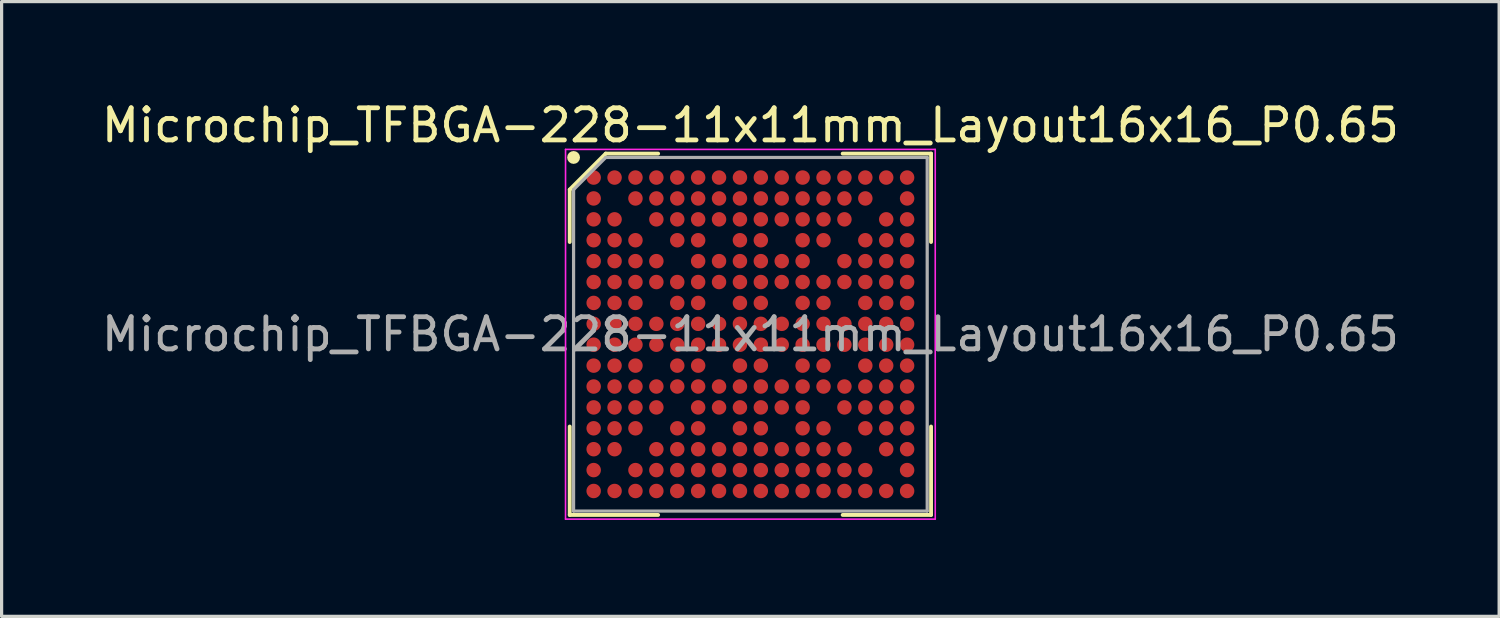
<source format=kicad_pcb>
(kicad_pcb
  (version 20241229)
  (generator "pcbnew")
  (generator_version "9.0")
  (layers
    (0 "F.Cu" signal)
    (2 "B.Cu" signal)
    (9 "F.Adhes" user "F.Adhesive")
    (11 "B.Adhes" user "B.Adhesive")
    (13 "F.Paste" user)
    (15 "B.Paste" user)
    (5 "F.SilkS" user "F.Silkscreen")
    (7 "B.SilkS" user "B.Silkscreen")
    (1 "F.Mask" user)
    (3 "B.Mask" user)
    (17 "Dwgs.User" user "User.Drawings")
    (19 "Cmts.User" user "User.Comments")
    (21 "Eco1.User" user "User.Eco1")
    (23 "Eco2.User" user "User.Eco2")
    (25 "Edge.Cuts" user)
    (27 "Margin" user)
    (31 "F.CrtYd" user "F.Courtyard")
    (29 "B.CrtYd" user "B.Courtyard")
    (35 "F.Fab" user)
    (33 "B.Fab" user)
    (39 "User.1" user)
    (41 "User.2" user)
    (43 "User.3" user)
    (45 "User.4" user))
  (footprint "Microchip_TFBGA-228-11x11mm_Layout16x16_P0.65"
    (layer "F.Cu")
    (at 20.292 7.348)
    (property "Reference" "Microchip_TFBGA-228-11x11mm_Layout16x16_P0.65" (at 0 -6.5 0) (layer "F.SilkS") (effects (font (size 1 1) (thickness 0.15))))
    (attr smd)
    (fp_line (start -5.62 -4.5) (end -5.62 -2.87) (stroke (width 0.12) (type default)) (layer "F.SilkS"))
    (fp_line (start -5.62 5.62) (end -5.62 2.87) (stroke (width 0.12) (type default)) (layer "F.SilkS"))
    (fp_line (start -4.5 -5.62) (end -5.62 -4.5) (stroke (width 0.12) (type default)) (layer "F.SilkS"))
    (fp_line (start -2.87 -5.62) (end -4.5 -5.62) (stroke (width 0.12) (type default)) (layer "F.SilkS"))
    (fp_line (start -2.87 5.62) (end -5.62 5.62) (stroke (width 0.12) (type default)) (layer "F.SilkS"))
    (fp_line (start 2.87 -5.62) (end 5.62 -5.62) (stroke (width 0.12) (type default)) (layer "F.SilkS"))
    (fp_line (start 2.87 5.62) (end 5.62 5.62) (stroke (width 0.12) (type default)) (layer "F.SilkS"))
    (fp_line (start 5.62 -5.62) (end 5.62 -2.87) (stroke (width 0.12) (type default)) (layer "F.SilkS"))
    (fp_line (start 5.62 5.62) (end 5.62 2.87) (stroke (width 0.12) (type default)) (layer "F.SilkS"))
    (fp_circle (center -5.5 -5.5) (end -5.5 -5.4) (stroke (width 0.2) (type default)) (fill no) (layer "F.SilkS"))
    (fp_line (start -5.75 -5.75) (end 5.75 -5.75) (stroke (width 0.05) (type default)) (layer "F.CrtYd"))
    (fp_line (start -5.75 5.75) (end -5.75 -5.75) (stroke (width 0.05) (type default)) (layer "F.CrtYd"))
    (fp_line (start 5.75 -5.75) (end 5.75 5.75) (stroke (width 0.05) (type default)) (layer "F.CrtYd"))
    (fp_line (start 5.75 5.75) (end -5.75 5.75) (stroke (width 0.05) (type default)) (layer "F.CrtYd"))
    (fp_line (start -5.5 -4.5) (end -5.5 5.5) (stroke (width 0.1) (type default)) (layer "F.Fab"))
    (fp_line (start -5.5 5.5) (end 5.5 5.5) (stroke (width 0.1) (type default)) (layer "F.Fab"))
    (fp_line (start -4.5 -5.5) (end -5.5 -4.5) (stroke (width 0.1) (type default)) (layer "F.Fab"))
    (fp_line (start 5.5 -5.5) (end -4.5 -5.5) (stroke (width 0.1) (type default)) (layer "F.Fab"))
    (fp_line (start 5.5 5.5) (end 5.5 -5.5) (stroke (width 0.1) (type default)) (layer "F.Fab"))
    (fp_text user "${REFERENCE}" (at 0 0 0) (layer "F.Fab") (effects (font (size 1 1) (thickness 0.15))))
    (pad "A1" smd circle (at -4.875 -4.875) (size 0.45 0.45) (layers "F.Cu" "F.Mask" "F.Paste"))
    (pad "A2" smd circle (at -4.225 -4.875) (size 0.45 0.45) (layers "F.Cu" "F.Mask" "F.Paste"))
    (pad "A3" smd circle (at -3.575 -4.875) (size 0.45 0.45) (layers "F.Cu" "F.Mask" "F.Paste"))
    (pad "A4" smd circle (at -2.925 -4.875) (size 0.45 0.45) (layers "F.Cu" "F.Mask" "F.Paste"))
    (pad "A5" smd circle (at -2.275 -4.875) (size 0.45 0.45) (layers "F.Cu" "F.Mask" "F.Paste"))
    (pad "A6" smd circle (at -1.625 -4.875) (size 0.45 0.45) (layers "F.Cu" "F.Mask" "F.Paste"))
    (pad "A7" smd circle (at -0.975 -4.875) (size 0.45 0.45) (layers "F.Cu" "F.Mask" "F.Paste"))
    (pad "A8" smd circle (at -0.325 -4.875) (size 0.45 0.45) (layers "F.Cu" "F.Mask" "F.Paste"))
    (pad "A9" smd circle (at 0.325 -4.875) (size 0.45 0.45) (layers "F.Cu" "F.Mask" "F.Paste"))
    (pad "A10" smd circle (at 0.975 -4.875) (size 0.45 0.45) (layers "F.Cu" "F.Mask" "F.Paste"))
    (pad "A11" smd circle (at 1.625 -4.875) (size 0.45 0.45) (layers "F.Cu" "F.Mask" "F.Paste"))
    (pad "A12" smd circle (at 2.275 -4.875) (size 0.45 0.45) (layers "F.Cu" "F.Mask" "F.Paste"))
    (pad "A13" smd circle (at 2.925 -4.875) (size 0.45 0.45) (layers "F.Cu" "F.Mask" "F.Paste"))
    (pad "A14" smd circle (at 3.575 -4.875) (size 0.45 0.45) (layers "F.Cu" "F.Mask" "F.Paste"))
    (pad "A15" smd circle (at 4.225 -4.875) (size 0.45 0.45) (layers "F.Cu" "F.Mask" "F.Paste"))
    (pad "A16" smd circle (at 4.875 -4.875) (size 0.45 0.45) (layers "F.Cu" "F.Mask" "F.Paste"))
    (pad "B1" smd circle (at -4.875 -4.225) (size 0.45 0.45) (layers "F.Cu" "F.Mask" "F.Paste"))
    (pad "B3" smd circle (at -3.575 -4.225) (size 0.45 0.45) (layers "F.Cu" "F.Mask" "F.Paste"))
    (pad "B4" smd circle (at -2.925 -4.225) (size 0.45 0.45) (layers "F.Cu" "F.Mask" "F.Paste"))
    (pad "B5" smd circle (at -2.275 -4.225) (size 0.45 0.45) (layers "F.Cu" "F.Mask" "F.Paste"))
    (pad "B6" smd circle (at -1.625 -4.225) (size 0.45 0.45) (layers "F.Cu" "F.Mask" "F.Paste"))
    (pad "B7" smd circle (at -0.975 -4.225) (size 0.45 0.45) (layers "F.Cu" "F.Mask" "F.Paste"))
    (pad "B8" smd circle (at -0.325 -4.225) (size 0.45 0.45) (layers "F.Cu" "F.Mask" "F.Paste"))
    (pad "B9" smd circle (at 0.325 -4.225) (size 0.45 0.45) (layers "F.Cu" "F.Mask" "F.Paste"))
    (pad "B10" smd circle (at 0.975 -4.225) (size 0.45 0.45) (layers "F.Cu" "F.Mask" "F.Paste"))
    (pad "B11" smd circle (at 1.625 -4.225) (size 0.45 0.45) (layers "F.Cu" "F.Mask" "F.Paste"))
    (pad "B12" smd circle (at 2.275 -4.225) (size 0.45 0.45) (layers "F.Cu" "F.Mask" "F.Paste"))
    (pad "B13" smd circle (at 2.925 -4.225) (size 0.45 0.45) (layers "F.Cu" "F.Mask" "F.Paste"))
    (pad "B14" smd circle (at 3.575 -4.225) (size 0.45 0.45) (layers "F.Cu" "F.Mask" "F.Paste"))
    (pad "B16" smd circle (at 4.875 -4.225) (size 0.45 0.45) (layers "F.Cu" "F.Mask" "F.Paste"))
    (pad "C1" smd circle (at -4.875 -3.575) (size 0.45 0.45) (layers "F.Cu" "F.Mask" "F.Paste"))
    (pad "C2" smd circle (at -4.225 -3.575) (size 0.45 0.45) (layers "F.Cu" "F.Mask" "F.Paste"))
    (pad "C4" smd circle (at -2.925 -3.575) (size 0.45 0.45) (layers "F.Cu" "F.Mask" "F.Paste"))
    (pad "C5" smd circle (at -2.275 -3.575) (size 0.45 0.45) (layers "F.Cu" "F.Mask" "F.Paste"))
    (pad "C6" smd circle (at -1.625 -3.575) (size 0.45 0.45) (layers "F.Cu" "F.Mask" "F.Paste"))
    (pad "C7" smd circle (at -0.975 -3.575) (size 0.45 0.45) (layers "F.Cu" "F.Mask" "F.Paste"))
    (pad "C8" smd circle (at -0.325 -3.575) (size 0.45 0.45) (layers "F.Cu" "F.Mask" "F.Paste"))
    (pad "C9" smd circle (at 0.325 -3.575) (size 0.45 0.45) (layers "F.Cu" "F.Mask" "F.Paste"))
    (pad "C10" smd circle (at 0.975 -3.575) (size 0.45 0.45) (layers "F.Cu" "F.Mask" "F.Paste"))
    (pad "C11" smd circle (at 1.625 -3.575) (size 0.45 0.45) (layers "F.Cu" "F.Mask" "F.Paste"))
    (pad "C12" smd circle (at 2.275 -3.575) (size 0.45 0.45) (layers "F.Cu" "F.Mask" "F.Paste"))
    (pad "C13" smd circle (at 2.925 -3.575) (size 0.45 0.45) (layers "F.Cu" "F.Mask" "F.Paste"))
    (pad "C15" smd circle (at 4.225 -3.575) (size 0.45 0.45) (layers "F.Cu" "F.Mask" "F.Paste"))
    (pad "C16" smd circle (at 4.875 -3.575) (size 0.45 0.45) (layers "F.Cu" "F.Mask" "F.Paste"))
    (pad "D1" smd circle (at -4.875 -2.925) (size 0.45 0.45) (layers "F.Cu" "F.Mask" "F.Paste"))
    (pad "D2" smd circle (at -4.225 -2.925) (size 0.45 0.45) (layers "F.Cu" "F.Mask" "F.Paste"))
    (pad "D3" smd circle (at -3.575 -2.925) (size 0.45 0.45) (layers "F.Cu" "F.Mask" "F.Paste"))
    (pad "D5" smd circle (at -2.275 -2.925) (size 0.45 0.45) (layers "F.Cu" "F.Mask" "F.Paste"))
    (pad "D6" smd circle (at -1.625 -2.925) (size 0.45 0.45) (layers "F.Cu" "F.Mask" "F.Paste"))
    (pad "D8" smd circle (at -0.325 -2.925) (size 0.45 0.45) (layers "F.Cu" "F.Mask" "F.Paste"))
    (pad "D9" smd circle (at 0.325 -2.925) (size 0.45 0.45) (layers "F.Cu" "F.Mask" "F.Paste"))
    (pad "D11" smd circle (at 1.625 -2.925) (size 0.45 0.45) (layers "F.Cu" "F.Mask" "F.Paste"))
    (pad "D12" smd circle (at 2.275 -2.925) (size 0.45 0.45) (layers "F.Cu" "F.Mask" "F.Paste"))
    (pad "D14" smd circle (at 3.575 -2.925) (size 0.45 0.45) (layers "F.Cu" "F.Mask" "F.Paste"))
    (pad "D15" smd circle (at 4.225 -2.925) (size 0.45 0.45) (layers "F.Cu" "F.Mask" "F.Paste"))
    (pad "D16" smd circle (at 4.875 -2.925) (size 0.45 0.45) (layers "F.Cu" "F.Mask" "F.Paste"))
    (pad "E1" smd circle (at -4.875 -2.275) (size 0.45 0.45) (layers "F.Cu" "F.Mask" "F.Paste"))
    (pad "E2" smd circle (at -4.225 -2.275) (size 0.45 0.45) (layers "F.Cu" "F.Mask" "F.Paste"))
    (pad "E3" smd circle (at -3.575 -2.275) (size 0.45 0.45) (layers "F.Cu" "F.Mask" "F.Paste"))
    (pad "E4" smd circle (at -2.925 -2.275) (size 0.45 0.45) (layers "F.Cu" "F.Mask" "F.Paste"))
    (pad "E6" smd circle (at -1.625 -2.275) (size 0.45 0.45) (layers "F.Cu" "F.Mask" "F.Paste"))
    (pad "E7" smd circle (at -0.975 -2.275) (size 0.45 0.45) (layers "F.Cu" "F.Mask" "F.Paste"))
    (pad "E8" smd circle (at -0.325 -2.275) (size 0.45 0.45) (layers "F.Cu" "F.Mask" "F.Paste"))
    (pad "E9" smd circle (at 0.325 -2.275) (size 0.45 0.45) (layers "F.Cu" "F.Mask" "F.Paste"))
    (pad "E10" smd circle (at 0.975 -2.275) (size 0.45 0.45) (layers "F.Cu" "F.Mask" "F.Paste"))
    (pad "E11" smd circle (at 1.625 -2.275) (size 0.45 0.45) (layers "F.Cu" "F.Mask" "F.Paste"))
    (pad "E13" smd circle (at 2.925 -2.275) (size 0.45 0.45) (layers "F.Cu" "F.Mask" "F.Paste"))
    (pad "E14" smd circle (at 3.575 -2.275) (size 0.45 0.45) (layers "F.Cu" "F.Mask" "F.Paste"))
    (pad "E15" smd circle (at 4.225 -2.275) (size 0.45 0.45) (layers "F.Cu" "F.Mask" "F.Paste"))
    (pad "E16" smd circle (at 4.875 -2.275) (size 0.45 0.45) (layers "F.Cu" "F.Mask" "F.Paste"))
    (pad "F1" smd circle (at -4.875 -1.625) (size 0.45 0.45) (layers "F.Cu" "F.Mask" "F.Paste"))
    (pad "F2" smd circle (at -4.225 -1.625) (size 0.45 0.45) (layers "F.Cu" "F.Mask" "F.Paste"))
    (pad "F3" smd circle (at -3.575 -1.625) (size 0.45 0.45) (layers "F.Cu" "F.Mask" "F.Paste"))
    (pad "F4" smd circle (at -2.925 -1.625) (size 0.45 0.45) (layers "F.Cu" "F.Mask" "F.Paste"))
    (pad "F5" smd circle (at -2.275 -1.625) (size 0.45 0.45) (layers "F.Cu" "F.Mask" "F.Paste"))
    (pad "F6" smd circle (at -1.625 -1.625) (size 0.45 0.45) (layers "F.Cu" "F.Mask" "F.Paste"))
    (pad "F7" smd circle (at -0.975 -1.625) (size 0.45 0.45) (layers "F.Cu" "F.Mask" "F.Paste"))
    (pad "F8" smd circle (at -0.325 -1.625) (size 0.45 0.45) (layers "F.Cu" "F.Mask" "F.Paste"))
    (pad "F9" smd circle (at 0.325 -1.625) (size 0.45 0.45) (layers "F.Cu" "F.Mask" "F.Paste"))
    (pad "F10" smd circle (at 0.975 -1.625) (size 0.45 0.45) (layers "F.Cu" "F.Mask" "F.Paste"))
    (pad "F11" smd circle (at 1.625 -1.625) (size 0.45 0.45) (layers "F.Cu" "F.Mask" "F.Paste"))
    (pad "F12" smd circle (at 2.275 -1.625) (size 0.45 0.45) (layers "F.Cu" "F.Mask" "F.Paste"))
    (pad "F13" smd circle (at 2.925 -1.625) (size 0.45 0.45) (layers "F.Cu" "F.Mask" "F.Paste"))
    (pad "F14" smd circle (at 3.575 -1.625) (size 0.45 0.45) (layers "F.Cu" "F.Mask" "F.Paste"))
    (pad "F15" smd circle (at 4.225 -1.625) (size 0.45 0.45) (layers "F.Cu" "F.Mask" "F.Paste"))
    (pad "F16" smd circle (at 4.875 -1.625) (size 0.45 0.45) (layers "F.Cu" "F.Mask" "F.Paste"))
    (pad "G1" smd circle (at -4.875 -0.975) (size 0.45 0.45) (layers "F.Cu" "F.Mask" "F.Paste"))
    (pad "G2" smd circle (at -4.225 -0.975) (size 0.45 0.45) (layers "F.Cu" "F.Mask" "F.Paste"))
    (pad "G3" smd circle (at -3.575 -0.975) (size 0.45 0.45) (layers "F.Cu" "F.Mask" "F.Paste"))
    (pad "G5" smd circle (at -2.275 -0.975) (size 0.45 0.45) (layers "F.Cu" "F.Mask" "F.Paste"))
    (pad "G6" smd circle (at -1.625 -0.975) (size 0.45 0.45) (layers "F.Cu" "F.Mask" "F.Paste"))
    (pad "G8" smd circle (at -0.325 -0.975) (size 0.45 0.45) (layers "F.Cu" "F.Mask" "F.Paste"))
    (pad "G9" smd circle (at 0.325 -0.975) (size 0.45 0.45) (layers "F.Cu" "F.Mask" "F.Paste"))
    (pad "G11" smd circle (at 1.625 -0.975) (size 0.45 0.45) (layers "F.Cu" "F.Mask" "F.Paste"))
    (pad "G12" smd circle (at 2.275 -0.975) (size 0.45 0.45) (layers "F.Cu" "F.Mask" "F.Paste"))
    (pad "G14" smd circle (at 3.575 -0.975) (size 0.45 0.45) (layers "F.Cu" "F.Mask" "F.Paste"))
    (pad "G15" smd circle (at 4.225 -0.975) (size 0.45 0.45) (layers "F.Cu" "F.Mask" "F.Paste"))
    (pad "G16" smd circle (at 4.875 -0.975) (size 0.45 0.45) (layers "F.Cu" "F.Mask" "F.Paste"))
    (pad "H1" smd circle (at -4.875 -0.325) (size 0.45 0.45) (layers "F.Cu" "F.Mask" "F.Paste"))
    (pad "H2" smd circle (at -4.225 -0.325) (size 0.45 0.45) (layers "F.Cu" "F.Mask" "F.Paste"))
    (pad "H3" smd circle (at -3.575 -0.325) (size 0.45 0.45) (layers "F.Cu" "F.Mask" "F.Paste"))
    (pad "H4" smd circle (at -2.925 -0.325) (size 0.45 0.45) (layers "F.Cu" "F.Mask" "F.Paste"))
    (pad "H5" smd circle (at -2.275 -0.325) (size 0.45 0.45) (layers "F.Cu" "F.Mask" "F.Paste"))
    (pad "H6" smd circle (at -1.625 -0.325) (size 0.45 0.45) (layers "F.Cu" "F.Mask" "F.Paste"))
    (pad "H7" smd circle (at -0.975 -0.325) (size 0.45 0.45) (layers "F.Cu" "F.Mask" "F.Paste"))
    (pad "H8" smd circle (at -0.325 -0.325) (size 0.45 0.45) (layers "F.Cu" "F.Mask" "F.Paste"))
    (pad "H9" smd circle (at 0.325 -0.325) (size 0.45 0.45) (layers "F.Cu" "F.Mask" "F.Paste"))
    (pad "H10" smd circle (at 0.975 -0.325) (size 0.45 0.45) (layers "F.Cu" "F.Mask" "F.Paste"))
    (pad "H11" smd circle (at 1.625 -0.325) (size 0.45 0.45) (layers "F.Cu" "F.Mask" "F.Paste"))
    (pad "H12" smd circle (at 2.275 -0.325) (size 0.45 0.45) (layers "F.Cu" "F.Mask" "F.Paste"))
    (pad "H13" smd circle (at 2.925 -0.325) (size 0.45 0.45) (layers "F.Cu" "F.Mask" "F.Paste"))
    (pad "H14" smd circle (at 3.575 -0.325) (size 0.45 0.45) (layers "F.Cu" "F.Mask" "F.Paste"))
    (pad "H15" smd circle (at 4.225 -0.325) (size 0.45 0.45) (layers "F.Cu" "F.Mask" "F.Paste"))
    (pad "H16" smd circle (at 4.875 -0.325) (size 0.45 0.45) (layers "F.Cu" "F.Mask" "F.Paste"))
    (pad "J1" smd circle (at -4.875 0.325) (size 0.45 0.45) (layers "F.Cu" "F.Mask" "F.Paste"))
    (pad "J2" smd circle (at -4.225 0.325) (size 0.45 0.45) (layers "F.Cu" "F.Mask" "F.Paste"))
    (pad "J3" smd circle (at -3.575 0.325) (size 0.45 0.45) (layers "F.Cu" "F.Mask" "F.Paste"))
    (pad "J4" smd circle (at -2.925 0.325) (size 0.45 0.45) (layers "F.Cu" "F.Mask" "F.Paste"))
    (pad "J5" smd circle (at -2.275 0.325) (size 0.45 0.45) (layers "F.Cu" "F.Mask" "F.Paste"))
    (pad "J6" smd circle (at -1.625 0.325) (size 0.45 0.45) (layers "F.Cu" "F.Mask" "F.Paste"))
    (pad "J7" smd circle (at -0.975 0.325) (size 0.45 0.45) (layers "F.Cu" "F.Mask" "F.Paste"))
    (pad "J8" smd circle (at -0.325 0.325) (size 0.45 0.45) (layers "F.Cu" "F.Mask" "F.Paste"))
    (pad "J9" smd circle (at 0.325 0.325) (size 0.45 0.45) (layers "F.Cu" "F.Mask" "F.Paste"))
    (pad "J10" smd circle (at 0.975 0.325) (size 0.45 0.45) (layers "F.Cu" "F.Mask" "F.Paste"))
    (pad "J11" smd circle (at 1.625 0.325) (size 0.45 0.45) (layers "F.Cu" "F.Mask" "F.Paste"))
    (pad "J12" smd circle (at 2.275 0.325) (size 0.45 0.45) (layers "F.Cu" "F.Mask" "F.Paste"))
    (pad "J13" smd circle (at 2.925 0.325) (size 0.45 0.45) (layers "F.Cu" "F.Mask" "F.Paste"))
    (pad "J14" smd circle (at 3.575 0.325) (size 0.45 0.45) (layers "F.Cu" "F.Mask" "F.Paste"))
    (pad "J15" smd circle (at 4.225 0.325) (size 0.45 0.45) (layers "F.Cu" "F.Mask" "F.Paste"))
    (pad "J16" smd circle (at 4.875 0.325) (size 0.45 0.45) (layers "F.Cu" "F.Mask" "F.Paste"))
    (pad "K1" smd circle (at -4.875 0.975) (size 0.45 0.45) (layers "F.Cu" "F.Mask" "F.Paste"))
    (pad "K2" smd circle (at -4.225 0.975) (size 0.45 0.45) (layers "F.Cu" "F.Mask" "F.Paste"))
    (pad "K3" smd circle (at -3.575 0.975) (size 0.45 0.45) (layers "F.Cu" "F.Mask" "F.Paste"))
    (pad "K5" smd circle (at -2.275 0.975) (size 0.45 0.45) (layers "F.Cu" "F.Mask" "F.Paste"))
    (pad "K6" smd circle (at -1.625 0.975) (size 0.45 0.45) (layers "F.Cu" "F.Mask" "F.Paste"))
    (pad "K8" smd circle (at -0.325 0.975) (size 0.45 0.45) (layers "F.Cu" "F.Mask" "F.Paste"))
    (pad "K9" smd circle (at 0.325 0.975) (size 0.45 0.45) (layers "F.Cu" "F.Mask" "F.Paste"))
    (pad "K11" smd circle (at 1.625 0.975) (size 0.45 0.45) (layers "F.Cu" "F.Mask" "F.Paste"))
    (pad "K12" smd circle (at 2.275 0.975) (size 0.45 0.45) (layers "F.Cu" "F.Mask" "F.Paste"))
    (pad "K14" smd circle (at 3.575 0.975) (size 0.45 0.45) (layers "F.Cu" "F.Mask" "F.Paste"))
    (pad "K15" smd circle (at 4.225 0.975) (size 0.45 0.45) (layers "F.Cu" "F.Mask" "F.Paste"))
    (pad "K16" smd circle (at 4.875 0.975) (size 0.45 0.45) (layers "F.Cu" "F.Mask" "F.Paste"))
    (pad "L1" smd circle (at -4.875 1.625) (size 0.45 0.45) (layers "F.Cu" "F.Mask" "F.Paste"))
    (pad "L2" smd circle (at -4.225 1.625) (size 0.45 0.45) (layers "F.Cu" "F.Mask" "F.Paste"))
    (pad "L3" smd circle (at -3.575 1.625) (size 0.45 0.45) (layers "F.Cu" "F.Mask" "F.Paste"))
    (pad "L4" smd circle (at -2.925 1.625) (size 0.45 0.45) (layers "F.Cu" "F.Mask" "F.Paste"))
    (pad "L5" smd circle (at -2.275 1.625) (size 0.45 0.45) (layers "F.Cu" "F.Mask" "F.Paste"))
    (pad "L6" smd circle (at -1.625 1.625) (size 0.45 0.45) (layers "F.Cu" "F.Mask" "F.Paste"))
    (pad "L7" smd circle (at -0.975 1.625) (size 0.45 0.45) (layers "F.Cu" "F.Mask" "F.Paste"))
    (pad "L8" smd circle (at -0.325 1.625) (size 0.45 0.45) (layers "F.Cu" "F.Mask" "F.Paste"))
    (pad "L9" smd circle (at 0.325 1.625) (size 0.45 0.45) (layers "F.Cu" "F.Mask" "F.Paste"))
    (pad "L10" smd circle (at 0.975 1.625) (size 0.45 0.45) (layers "F.Cu" "F.Mask" "F.Paste"))
    (pad "L11" smd circle (at 1.625 1.625) (size 0.45 0.45) (layers "F.Cu" "F.Mask" "F.Paste"))
    (pad "L12" smd circle (at 2.275 1.625) (size 0.45 0.45) (layers "F.Cu" "F.Mask" "F.Paste"))
    (pad "L13" smd circle (at 2.925 1.625) (size 0.45 0.45) (layers "F.Cu" "F.Mask" "F.Paste"))
    (pad "L14" smd circle (at 3.575 1.625) (size 0.45 0.45) (layers "F.Cu" "F.Mask" "F.Paste"))
    (pad "L15" smd circle (at 4.225 1.625) (size 0.45 0.45) (layers "F.Cu" "F.Mask" "F.Paste"))
    (pad "L16" smd circle (at 4.875 1.625) (size 0.45 0.45) (layers "F.Cu" "F.Mask" "F.Paste"))
    (pad "M1" smd circle (at -4.875 2.275) (size 0.45 0.45) (layers "F.Cu" "F.Mask" "F.Paste"))
    (pad "M2" smd circle (at -4.225 2.275) (size 0.45 0.45) (layers "F.Cu" "F.Mask" "F.Paste"))
    (pad "M3" smd circle (at -3.575 2.275) (size 0.45 0.45) (layers "F.Cu" "F.Mask" "F.Paste"))
    (pad "M4" smd circle (at -2.925 2.275) (size 0.45 0.45) (layers "F.Cu" "F.Mask" "F.Paste"))
    (pad "M6" smd circle (at -1.625 2.275) (size 0.45 0.45) (layers "F.Cu" "F.Mask" "F.Paste"))
    (pad "M7" smd circle (at -0.975 2.275) (size 0.45 0.45) (layers "F.Cu" "F.Mask" "F.Paste"))
    (pad "M8" smd circle (at -0.325 2.275) (size 0.45 0.45) (layers "F.Cu" "F.Mask" "F.Paste"))
    (pad "M9" smd circle (at 0.325 2.275) (size 0.45 0.45) (layers "F.Cu" "F.Mask" "F.Paste"))
    (pad "M10" smd circle (at 0.975 2.275) (size 0.45 0.45) (layers "F.Cu" "F.Mask" "F.Paste"))
    (pad "M11" smd circle (at 1.625 2.275) (size 0.45 0.45) (layers "F.Cu" "F.Mask" "F.Paste"))
    (pad "M13" smd circle (at 2.925 2.275) (size 0.45 0.45) (layers "F.Cu" "F.Mask" "F.Paste"))
    (pad "M14" smd circle (at 3.575 2.275) (size 0.45 0.45) (layers "F.Cu" "F.Mask" "F.Paste"))
    (pad "M15" smd circle (at 4.225 2.275) (size 0.45 0.45) (layers "F.Cu" "F.Mask" "F.Paste"))
    (pad "M16" smd circle (at 4.875 2.275) (size 0.45 0.45) (layers "F.Cu" "F.Mask" "F.Paste"))
    (pad "N1" smd circle (at -4.875 2.925) (size 0.45 0.45) (layers "F.Cu" "F.Mask" "F.Paste"))
    (pad "N2" smd circle (at -4.225 2.925) (size 0.45 0.45) (layers "F.Cu" "F.Mask" "F.Paste"))
    (pad "N3" smd circle (at -3.575 2.925) (size 0.45 0.45) (layers "F.Cu" "F.Mask" "F.Paste"))
    (pad "N5" smd circle (at -2.275 2.925) (size 0.45 0.45) (layers "F.Cu" "F.Mask" "F.Paste"))
    (pad "N6" smd circle (at -1.625 2.925) (size 0.45 0.45) (layers "F.Cu" "F.Mask" "F.Paste"))
    (pad "N8" smd circle (at -0.325 2.925) (size 0.45 0.45) (layers "F.Cu" "F.Mask" "F.Paste"))
    (pad "N9" smd circle (at 0.325 2.925) (size 0.45 0.45) (layers "F.Cu" "F.Mask" "F.Paste"))
    (pad "N11" smd circle (at 1.625 2.925) (size 0.45 0.45) (layers "F.Cu" "F.Mask" "F.Paste"))
    (pad "N12" smd circle (at 2.275 2.925) (size 0.45 0.45) (layers "F.Cu" "F.Mask" "F.Paste"))
    (pad "N14" smd circle (at 3.575 2.925) (size 0.45 0.45) (layers "F.Cu" "F.Mask" "F.Paste"))
    (pad "N15" smd circle (at 4.225 2.925) (size 0.45 0.45) (layers "F.Cu" "F.Mask" "F.Paste"))
    (pad "N16" smd circle (at 4.875 2.925) (size 0.45 0.45) (layers "F.Cu" "F.Mask" "F.Paste"))
    (pad "P1" smd circle (at -4.875 3.575) (size 0.45 0.45) (layers "F.Cu" "F.Mask" "F.Paste"))
    (pad "P2" smd circle (at -4.225 3.575) (size 0.45 0.45) (layers "F.Cu" "F.Mask" "F.Paste"))
    (pad "P4" smd circle (at -2.925 3.575) (size 0.45 0.45) (layers "F.Cu" "F.Mask" "F.Paste"))
    (pad "P5" smd circle (at -2.275 3.575) (size 0.45 0.45) (layers "F.Cu" "F.Mask" "F.Paste"))
    (pad "P6" smd circle (at -1.625 3.575) (size 0.45 0.45) (layers "F.Cu" "F.Mask" "F.Paste"))
    (pad "P7" smd circle (at -0.975 3.575) (size 0.45 0.45) (layers "F.Cu" "F.Mask" "F.Paste"))
    (pad "P8" smd circle (at -0.325 3.575) (size 0.45 0.45) (layers "F.Cu" "F.Mask" "F.Paste"))
    (pad "P9" smd circle (at 0.325 3.575) (size 0.45 0.45) (layers "F.Cu" "F.Mask" "F.Paste"))
    (pad "P10" smd circle (at 0.975 3.575) (size 0.45 0.45) (layers "F.Cu" "F.Mask" "F.Paste"))
    (pad "P11" smd circle (at 1.625 3.575) (size 0.45 0.45) (layers "F.Cu" "F.Mask" "F.Paste"))
    (pad "P12" smd circle (at 2.275 3.575) (size 0.45 0.45) (layers "F.Cu" "F.Mask" "F.Paste"))
    (pad "P13" smd circle (at 2.925 3.575) (size 0.45 0.45) (layers "F.Cu" "F.Mask" "F.Paste"))
    (pad "P15" smd circle (at 4.225 3.575) (size 0.45 0.45) (layers "F.Cu" "F.Mask" "F.Paste"))
    (pad "P16" smd circle (at 4.875 3.575) (size 0.45 0.45) (layers "F.Cu" "F.Mask" "F.Paste"))
    (pad "R1" smd circle (at -4.875 4.225) (size 0.45 0.45) (layers "F.Cu" "F.Mask" "F.Paste"))
    (pad "R3" smd circle (at -3.575 4.225) (size 0.45 0.45) (layers "F.Cu" "F.Mask" "F.Paste"))
    (pad "R4" smd circle (at -2.925 4.225) (size 0.45 0.45) (layers "F.Cu" "F.Mask" "F.Paste"))
    (pad "R5" smd circle (at -2.275 4.225) (size 0.45 0.45) (layers "F.Cu" "F.Mask" "F.Paste"))
    (pad "R6" smd circle (at -1.625 4.225) (size 0.45 0.45) (layers "F.Cu" "F.Mask" "F.Paste"))
    (pad "R7" smd circle (at -0.975 4.225) (size 0.45 0.45) (layers "F.Cu" "F.Mask" "F.Paste"))
    (pad "R8" smd circle (at -0.325 4.225) (size 0.45 0.45) (layers "F.Cu" "F.Mask" "F.Paste"))
    (pad "R9" smd circle (at 0.325 4.225) (size 0.45 0.45) (layers "F.Cu" "F.Mask" "F.Paste"))
    (pad "R10" smd circle (at 0.975 4.225) (size 0.45 0.45) (layers "F.Cu" "F.Mask" "F.Paste"))
    (pad "R11" smd circle (at 1.625 4.225) (size 0.45 0.45) (layers "F.Cu" "F.Mask" "F.Paste"))
    (pad "R12" smd circle (at 2.275 4.225) (size 0.45 0.45) (layers "F.Cu" "F.Mask" "F.Paste"))
    (pad "R13" smd circle (at 2.925 4.225) (size 0.45 0.45) (layers "F.Cu" "F.Mask" "F.Paste"))
    (pad "R14" smd circle (at 3.575 4.225) (size 0.45 0.45) (layers "F.Cu" "F.Mask" "F.Paste"))
    (pad "R16" smd circle (at 4.875 4.225) (size 0.45 0.45) (layers "F.Cu" "F.Mask" "F.Paste"))
    (pad "T1" smd circle (at -4.875 4.875) (size 0.45 0.45) (layers "F.Cu" "F.Mask" "F.Paste"))
    (pad "T2" smd circle (at -4.225 4.875) (size 0.45 0.45) (layers "F.Cu" "F.Mask" "F.Paste"))
    (pad "T3" smd circle (at -3.575 4.875) (size 0.45 0.45) (layers "F.Cu" "F.Mask" "F.Paste"))
    (pad "T4" smd circle (at -2.925 4.875) (size 0.45 0.45) (layers "F.Cu" "F.Mask" "F.Paste"))
    (pad "T5" smd circle (at -2.275 4.875) (size 0.45 0.45) (layers "F.Cu" "F.Mask" "F.Paste"))
    (pad "T6" smd circle (at -1.625 4.875) (size 0.45 0.45) (layers "F.Cu" "F.Mask" "F.Paste"))
    (pad "T7" smd circle (at -0.975 4.875) (size 0.45 0.45) (layers "F.Cu" "F.Mask" "F.Paste"))
    (pad "T8" smd circle (at -0.325 4.875) (size 0.45 0.45) (layers "F.Cu" "F.Mask" "F.Paste"))
    (pad "T9" smd circle (at 0.325 4.875) (size 0.45 0.45) (layers "F.Cu" "F.Mask" "F.Paste"))
    (pad "T10" smd circle (at 0.975 4.875) (size 0.45 0.45) (layers "F.Cu" "F.Mask" "F.Paste"))
    (pad "T11" smd circle (at 1.625 4.875) (size 0.45 0.45) (layers "F.Cu" "F.Mask" "F.Paste"))
    (pad "T12" smd circle (at 2.275 4.875) (size 0.45 0.45) (layers "F.Cu" "F.Mask" "F.Paste"))
    (pad "T13" smd circle (at 2.925 4.875) (size 0.45 0.45) (layers "F.Cu" "F.Mask" "F.Paste"))
    (pad "T14" smd circle (at 3.575 4.875) (size 0.45 0.45) (layers "F.Cu" "F.Mask" "F.Paste"))
    (pad "T15" smd circle (at 4.225 4.875) (size 0.45 0.45) (layers "F.Cu" "F.Mask" "F.Paste"))
    (pad "T16" smd circle (at 4.875 4.875) (size 0.45 0.45) (layers "F.Cu" "F.Mask" "F.Paste")))
  (gr_rect
    (start -3 -3)
    (end 43.583 16.123)
    (stroke (width 0.1) (type default))
    (fill no)
    (layer "Edge.Cuts")))
</source>
